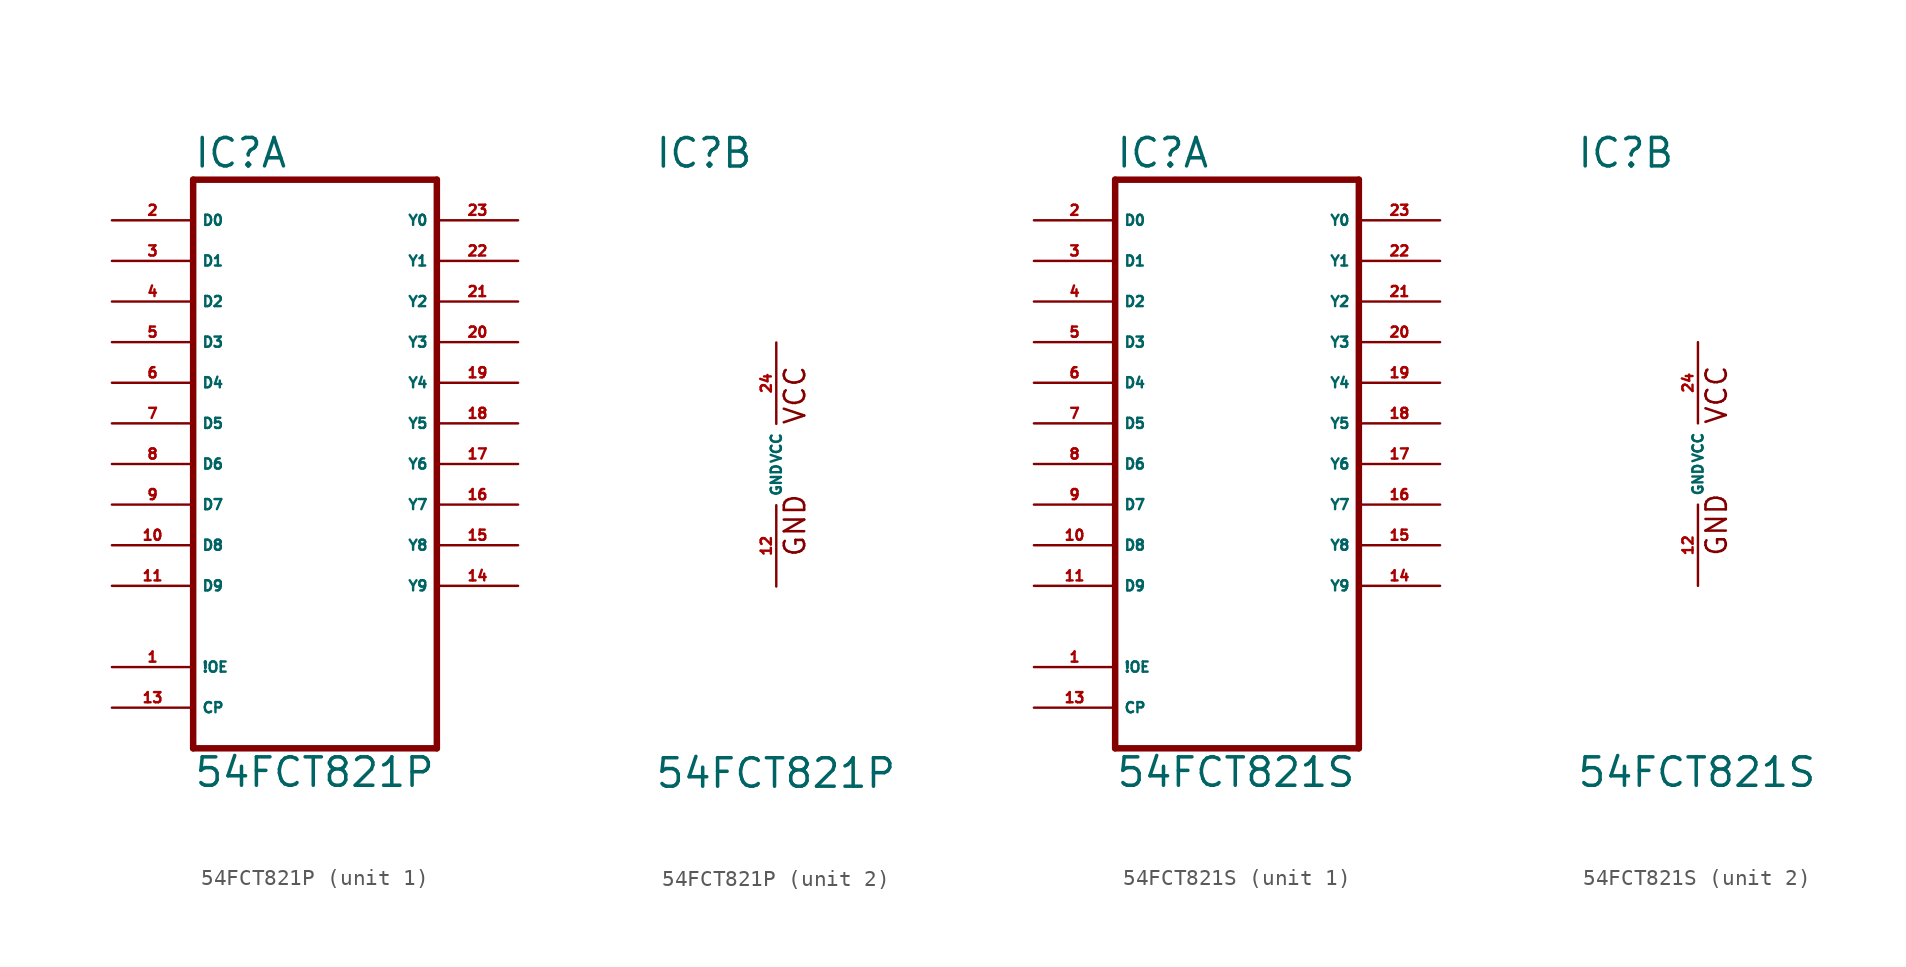
<source format=kicad_sym>
(kicad_symbol_lib
  (version 20220914)
  (generator Eagle2Kicad)
  (symbol "54FCT821P"
    (property "Reference" "IC"
      (at -7.62 18.415 0)
      (effects (font (size 1.778 1.778) (thickness 0.22)) (justify left bottom)))
    (property "Value" "54FCT821P"
      (at -7.62 -20.32 0)
      (effects (font (size 1.778 1.778) (thickness 0.22)) (justify left bottom)))
    (symbol "54FCT821P_1_0"
      (polyline (pts (xy -7.62 -17.78) (xy 7.62 -17.78)) (stroke (width 0.406) (type default)) (fill (type none)))
      (polyline (pts (xy 7.62 -17.78) (xy 7.62 17.78)) (stroke (width 0.406) (type default)) (fill (type none)))
      (polyline (pts (xy 7.62 17.78) (xy -7.62 17.78)) (stroke (width 0.406) (type default)) (fill (type none)))
      (polyline (pts (xy -7.62 17.78) (xy -7.62 -17.78)) (stroke (width 0.406) (type default)) (fill (type none)))
      (pin input line (at -12.7 15.24 0) (length 5.08) (name "D0" (effects (font (size 0.635 0.635) (thickness 0.08)) (justify left bottom))) (number "2" (effects (font (size 0.635 0.635) (thickness 0.08)) (justify left bottom))))
      (pin input line (at -12.7 12.7 0) (length 5.08) (name "D1" (effects (font (size 0.635 0.635) (thickness 0.08)) (justify left bottom))) (number "3" (effects (font (size 0.635 0.635) (thickness 0.08)) (justify left bottom))))
      (pin input line (at -12.7 10.16 0) (length 5.08) (name "D2" (effects (font (size 0.635 0.635) (thickness 0.08)) (justify left bottom))) (number "4" (effects (font (size 0.635 0.635) (thickness 0.08)) (justify left bottom))))
      (pin input line (at -12.7 7.62 0) (length 5.08) (name "D3" (effects (font (size 0.635 0.635) (thickness 0.08)) (justify left bottom))) (number "5" (effects (font (size 0.635 0.635) (thickness 0.08)) (justify left bottom))))
      (pin input line (at -12.7 5.08 0) (length 5.08) (name "D4" (effects (font (size 0.635 0.635) (thickness 0.08)) (justify left bottom))) (number "6" (effects (font (size 0.635 0.635) (thickness 0.08)) (justify left bottom))))
      (pin input line (at -12.7 2.54 0) (length 5.08) (name "D5" (effects (font (size 0.635 0.635) (thickness 0.08)) (justify left bottom))) (number "7" (effects (font (size 0.635 0.635) (thickness 0.08)) (justify left bottom))))
      (pin input line (at -12.7 0 0) (length 5.08) (name "D6" (effects (font (size 0.635 0.635) (thickness 0.08)) (justify left bottom))) (number "8" (effects (font (size 0.635 0.635) (thickness 0.08)) (justify left bottom))))
      (pin input line (at -12.7 -2.54 0) (length 5.08) (name "D7" (effects (font (size 0.635 0.635) (thickness 0.08)) (justify left bottom))) (number "9" (effects (font (size 0.635 0.635) (thickness 0.08)) (justify left bottom))))
      (pin input line (at -12.7 -5.08 0) (length 5.08) (name "D8" (effects (font (size 0.635 0.635) (thickness 0.08)) (justify left bottom))) (number "10" (effects (font (size 0.635 0.635) (thickness 0.08)) (justify left bottom))))
      (pin input line (at -12.7 -7.62 0) (length 5.08) (name "D9" (effects (font (size 0.635 0.635) (thickness 0.08)) (justify left bottom))) (number "11" (effects (font (size 0.635 0.635) (thickness 0.08)) (justify left bottom))))
      (pin input line (at -12.7 -12.7 0) (length 5.08) (name "!OE" (effects (font (size 0.635 0.635) (thickness 0.08)) (justify left bottom))) (number "1" (effects (font (size 0.635 0.635) (thickness 0.08)) (justify left bottom))))
      (pin input line (at -12.7 -15.24 0) (length 5.08) (name "CP" (effects (font (size 0.635 0.635) (thickness 0.08)) (justify left bottom))) (number "13" (effects (font (size 0.635 0.635) (thickness 0.08)) (justify left bottom))))
      (pin output line (at 12.7 15.24 180) (length 5.08) (name "Y0" (effects (font (size 0.635 0.635) (thickness 0.08)) (justify left bottom))) (number "23" (effects (font (size 0.635 0.635) (thickness 0.08)) (justify left bottom))))
      (pin output line (at 12.7 12.7 180) (length 5.08) (name "Y1" (effects (font (size 0.635 0.635) (thickness 0.08)) (justify left bottom))) (number "22" (effects (font (size 0.635 0.635) (thickness 0.08)) (justify left bottom))))
      (pin output line (at 12.7 10.16 180) (length 5.08) (name "Y2" (effects (font (size 0.635 0.635) (thickness 0.08)) (justify left bottom))) (number "21" (effects (font (size 0.635 0.635) (thickness 0.08)) (justify left bottom))))
      (pin output line (at 12.7 7.62 180) (length 5.08) (name "Y3" (effects (font (size 0.635 0.635) (thickness 0.08)) (justify left bottom))) (number "20" (effects (font (size 0.635 0.635) (thickness 0.08)) (justify left bottom))))
      (pin output line (at 12.7 5.08 180) (length 5.08) (name "Y4" (effects (font (size 0.635 0.635) (thickness 0.08)) (justify left bottom))) (number "19" (effects (font (size 0.635 0.635) (thickness 0.08)) (justify left bottom))))
      (pin output line (at 12.7 2.54 180) (length 5.08) (name "Y5" (effects (font (size 0.635 0.635) (thickness 0.08)) (justify left bottom))) (number "18" (effects (font (size 0.635 0.635) (thickness 0.08)) (justify left bottom))))
      (pin output line (at 12.7 0 180) (length 5.08) (name "Y6" (effects (font (size 0.635 0.635) (thickness 0.08)) (justify left bottom))) (number "17" (effects (font (size 0.635 0.635) (thickness 0.08)) (justify left bottom))))
      (pin output line (at 12.7 -2.54 180) (length 5.08) (name "Y7" (effects (font (size 0.635 0.635) (thickness 0.08)) (justify left bottom))) (number "16" (effects (font (size 0.635 0.635) (thickness 0.08)) (justify left bottom))))
      (pin output line (at 12.7 -5.08 180) (length 5.08) (name "Y8" (effects (font (size 0.635 0.635) (thickness 0.08)) (justify left bottom))) (number "15" (effects (font (size 0.635 0.635) (thickness 0.08)) (justify left bottom))))
      (pin output line (at 12.7 -7.62 180) (length 5.08) (name "Y9" (effects (font (size 0.635 0.635) (thickness 0.08)) (justify left bottom))) (number "14" (effects (font (size 0.635 0.635) (thickness 0.08)) (justify left bottom)))))
    (symbol "54FCT821P_2_0"
      (text "GND" (at 1.905 -5.842 900) (effects (font (size 1.27 1.27) (thickness 0.16)) (justify left bottom)))
      (text "VCC" (at 1.905 2.413 900) (effects (font (size 1.27 1.27) (thickness 0.16)) (justify left bottom)))
      (pin unspecified line (at 0 7.62 270) (length 5.08) (name "VCC" (effects (font (size 0.635 0.635) (thickness 0.08)) (justify left bottom))) (number "24" (effects (font (size 0.635 0.635) (thickness 0.08)) (justify left bottom))))
      (pin unspecified line (at 0 -7.62 90) (length 5.08) (name "GND" (effects (font (size 0.635 0.635) (thickness 0.08)) (justify left bottom))) (number "12" (effects (font (size 0.635 0.635) (thickness 0.08)) (justify left bottom))))))
  (symbol "54FCT821S"
    (property "Reference" "IC"
      (at -7.62 18.415 0)
      (effects (font (size 1.778 1.778) (thickness 0.22)) (justify left bottom)))
    (property "Value" "54FCT821S"
      (at -7.62 -20.32 0)
      (effects (font (size 1.778 1.778) (thickness 0.22)) (justify left bottom)))
    (symbol "54FCT821S_1_0"
      (polyline (pts (xy -7.62 -17.78) (xy 7.62 -17.78)) (stroke (width 0.406) (type default)) (fill (type none)))
      (polyline (pts (xy 7.62 -17.78) (xy 7.62 17.78)) (stroke (width 0.406) (type default)) (fill (type none)))
      (polyline (pts (xy 7.62 17.78) (xy -7.62 17.78)) (stroke (width 0.406) (type default)) (fill (type none)))
      (polyline (pts (xy -7.62 17.78) (xy -7.62 -17.78)) (stroke (width 0.406) (type default)) (fill (type none)))
      (pin input line (at -12.7 15.24 0) (length 5.08) (name "D0" (effects (font (size 0.635 0.635) (thickness 0.08)) (justify left bottom))) (number "2" (effects (font (size 0.635 0.635) (thickness 0.08)) (justify left bottom))))
      (pin input line (at -12.7 12.7 0) (length 5.08) (name "D1" (effects (font (size 0.635 0.635) (thickness 0.08)) (justify left bottom))) (number "3" (effects (font (size 0.635 0.635) (thickness 0.08)) (justify left bottom))))
      (pin input line (at -12.7 10.16 0) (length 5.08) (name "D2" (effects (font (size 0.635 0.635) (thickness 0.08)) (justify left bottom))) (number "4" (effects (font (size 0.635 0.635) (thickness 0.08)) (justify left bottom))))
      (pin input line (at -12.7 7.62 0) (length 5.08) (name "D3" (effects (font (size 0.635 0.635) (thickness 0.08)) (justify left bottom))) (number "5" (effects (font (size 0.635 0.635) (thickness 0.08)) (justify left bottom))))
      (pin input line (at -12.7 5.08 0) (length 5.08) (name "D4" (effects (font (size 0.635 0.635) (thickness 0.08)) (justify left bottom))) (number "6" (effects (font (size 0.635 0.635) (thickness 0.08)) (justify left bottom))))
      (pin input line (at -12.7 2.54 0) (length 5.08) (name "D5" (effects (font (size 0.635 0.635) (thickness 0.08)) (justify left bottom))) (number "7" (effects (font (size 0.635 0.635) (thickness 0.08)) (justify left bottom))))
      (pin input line (at -12.7 0 0) (length 5.08) (name "D6" (effects (font (size 0.635 0.635) (thickness 0.08)) (justify left bottom))) (number "8" (effects (font (size 0.635 0.635) (thickness 0.08)) (justify left bottom))))
      (pin input line (at -12.7 -2.54 0) (length 5.08) (name "D7" (effects (font (size 0.635 0.635) (thickness 0.08)) (justify left bottom))) (number "9" (effects (font (size 0.635 0.635) (thickness 0.08)) (justify left bottom))))
      (pin input line (at -12.7 -5.08 0) (length 5.08) (name "D8" (effects (font (size 0.635 0.635) (thickness 0.08)) (justify left bottom))) (number "10" (effects (font (size 0.635 0.635) (thickness 0.08)) (justify left bottom))))
      (pin input line (at -12.7 -7.62 0) (length 5.08) (name "D9" (effects (font (size 0.635 0.635) (thickness 0.08)) (justify left bottom))) (number "11" (effects (font (size 0.635 0.635) (thickness 0.08)) (justify left bottom))))
      (pin input line (at -12.7 -12.7 0) (length 5.08) (name "!OE" (effects (font (size 0.635 0.635) (thickness 0.08)) (justify left bottom))) (number "1" (effects (font (size 0.635 0.635) (thickness 0.08)) (justify left bottom))))
      (pin input line (at -12.7 -15.24 0) (length 5.08) (name "CP" (effects (font (size 0.635 0.635) (thickness 0.08)) (justify left bottom))) (number "13" (effects (font (size 0.635 0.635) (thickness 0.08)) (justify left bottom))))
      (pin output line (at 12.7 15.24 180) (length 5.08) (name "Y0" (effects (font (size 0.635 0.635) (thickness 0.08)) (justify left bottom))) (number "23" (effects (font (size 0.635 0.635) (thickness 0.08)) (justify left bottom))))
      (pin output line (at 12.7 12.7 180) (length 5.08) (name "Y1" (effects (font (size 0.635 0.635) (thickness 0.08)) (justify left bottom))) (number "22" (effects (font (size 0.635 0.635) (thickness 0.08)) (justify left bottom))))
      (pin output line (at 12.7 10.16 180) (length 5.08) (name "Y2" (effects (font (size 0.635 0.635) (thickness 0.08)) (justify left bottom))) (number "21" (effects (font (size 0.635 0.635) (thickness 0.08)) (justify left bottom))))
      (pin output line (at 12.7 7.62 180) (length 5.08) (name "Y3" (effects (font (size 0.635 0.635) (thickness 0.08)) (justify left bottom))) (number "20" (effects (font (size 0.635 0.635) (thickness 0.08)) (justify left bottom))))
      (pin output line (at 12.7 5.08 180) (length 5.08) (name "Y4" (effects (font (size 0.635 0.635) (thickness 0.08)) (justify left bottom))) (number "19" (effects (font (size 0.635 0.635) (thickness 0.08)) (justify left bottom))))
      (pin output line (at 12.7 2.54 180) (length 5.08) (name "Y5" (effects (font (size 0.635 0.635) (thickness 0.08)) (justify left bottom))) (number "18" (effects (font (size 0.635 0.635) (thickness 0.08)) (justify left bottom))))
      (pin output line (at 12.7 0 180) (length 5.08) (name "Y6" (effects (font (size 0.635 0.635) (thickness 0.08)) (justify left bottom))) (number "17" (effects (font (size 0.635 0.635) (thickness 0.08)) (justify left bottom))))
      (pin output line (at 12.7 -2.54 180) (length 5.08) (name "Y7" (effects (font (size 0.635 0.635) (thickness 0.08)) (justify left bottom))) (number "16" (effects (font (size 0.635 0.635) (thickness 0.08)) (justify left bottom))))
      (pin output line (at 12.7 -5.08 180) (length 5.08) (name "Y8" (effects (font (size 0.635 0.635) (thickness 0.08)) (justify left bottom))) (number "15" (effects (font (size 0.635 0.635) (thickness 0.08)) (justify left bottom))))
      (pin output line (at 12.7 -7.62 180) (length 5.08) (name "Y9" (effects (font (size 0.635 0.635) (thickness 0.08)) (justify left bottom))) (number "14" (effects (font (size 0.635 0.635) (thickness 0.08)) (justify left bottom)))))
    (symbol "54FCT821S_2_0"
      (text "GND" (at 1.905 -5.842 900) (effects (font (size 1.27 1.27) (thickness 0.16)) (justify left bottom)))
      (text "VCC" (at 1.905 2.413 900) (effects (font (size 1.27 1.27) (thickness 0.16)) (justify left bottom)))
      (pin unspecified line (at 0 7.62 270) (length 5.08) (name "VCC" (effects (font (size 0.635 0.635) (thickness 0.08)) (justify left bottom))) (number "24" (effects (font (size 0.635 0.635) (thickness 0.08)) (justify left bottom))))
      (pin unspecified line (at 0 -7.62 90) (length 5.08) (name "GND" (effects (font (size 0.635 0.635) (thickness 0.08)) (justify left bottom))) (number "12" (effects (font (size 0.635 0.635) (thickness 0.08)) (justify left bottom)))))))
</source>
